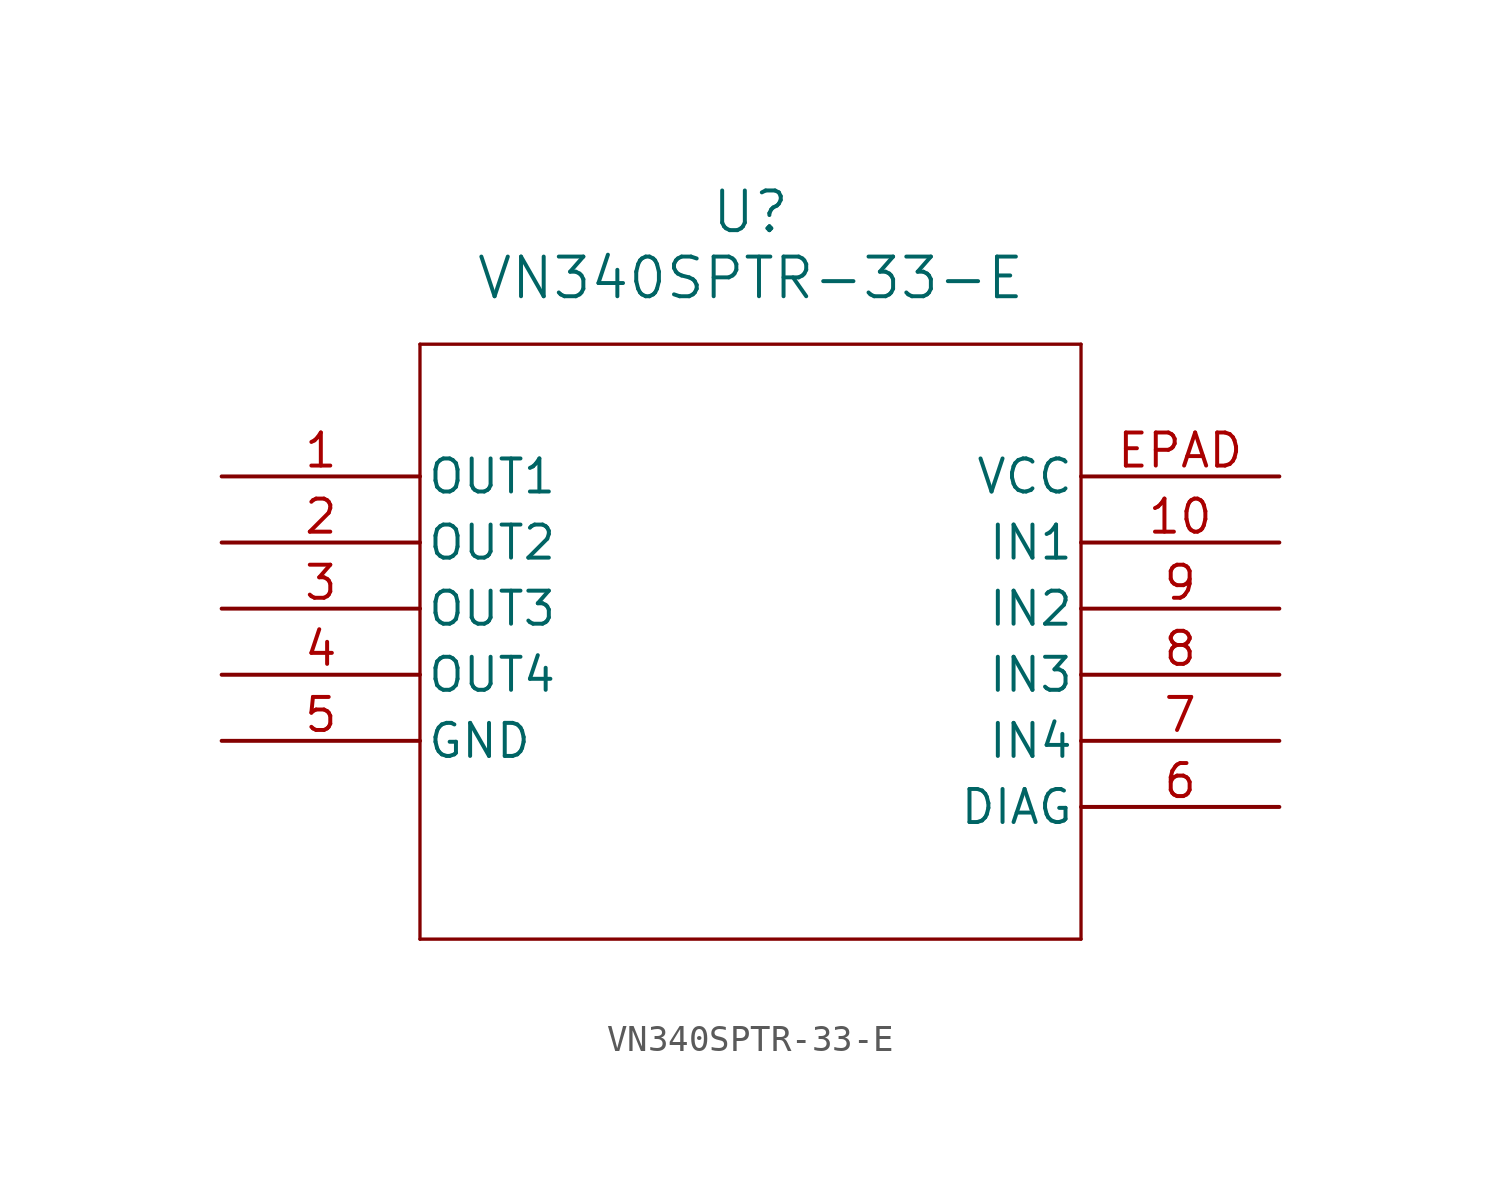
<source format=kicad_sym>
(kicad_symbol_lib
  (version 20211014)
  (generator kicad_symbol_editor)
  (symbol "VN340SPTR-33-E"
    (pin_names
      (offset 0.254))
    (property "Reference" "U"
      (at 20.32 10.16 0)
      (effects (font (size 1.524 1.524))))
    (property "Value" "VN340SPTR-33-E"
      (at 20.32 7.62 0)
      (effects (font (size 1.524 1.524))))
    (symbol "VN340SPTR-33-E_0_1"
      (polyline (pts (xy 7.62 5.08) (xy 7.62 -17.78)) (stroke (width 0.127) (type default) (color 0 0 0 0)) (fill (type none)))
      (polyline (pts (xy 7.62 -17.78) (xy 33.02 -17.78)) (stroke (width 0.127) (type default) (color 0 0 0 0)) (fill (type none)))
      (polyline (pts (xy 33.02 -17.78) (xy 33.02 5.08)) (stroke (width 0.127) (type default) (color 0 0 0 0)) (fill (type none)))
      (polyline (pts (xy 33.02 5.08) (xy 7.62 5.08)) (stroke (width 0.127) (type default) (color 0 0 0 0)) (fill (type none)))
      (pin output line (at 0 0 0) (length 7.62) (name "OUT1" (effects (font (size 1.27 1.27)))) (number "1" (effects (font (size 1.27 1.27)))))
      (pin output line (at 0 -2.54 0) (length 7.62) (name "OUT2" (effects (font (size 1.27 1.27)))) (number "2" (effects (font (size 1.27 1.27)))))
      (pin output line (at 0 -5.08 0) (length 7.62) (name "OUT3" (effects (font (size 1.27 1.27)))) (number "3" (effects (font (size 1.27 1.27)))))
      (pin output line (at 0 -7.62 0) (length 7.62) (name "OUT4" (effects (font (size 1.27 1.27)))) (number "4" (effects (font (size 1.27 1.27)))))
      (pin power_in line (at 0 -10.16 0) (length 7.62) (name "GND" (effects (font (size 1.27 1.27)))) (number "5" (effects (font (size 1.27 1.27)))))
      (pin input line (at 40.64 -12.7 180) (length 7.62) (name "DIAG" (effects (font (size 1.27 1.27)))) (number "6" (effects (font (size 1.27 1.27)))))
      (pin input line (at 40.64 -10.16 180) (length 7.62) (name "IN4" (effects (font (size 1.27 1.27)))) (number "7" (effects (font (size 1.27 1.27)))))
      (pin input line (at 40.64 -7.62 180) (length 7.62) (name "IN3" (effects (font (size 1.27 1.27)))) (number "8" (effects (font (size 1.27 1.27)))))
      (pin input line (at 40.64 -5.08 180) (length 7.62) (name "IN2" (effects (font (size 1.27 1.27)))) (number "9" (effects (font (size 1.27 1.27)))))
      (pin input line (at 40.64 -2.54 180) (length 7.62) (name "IN1" (effects (font (size 1.27 1.27)))) (number "10" (effects (font (size 1.27 1.27)))))
      (pin power_in line (at 40.64 0 180) (length 7.62) (name "VCC" (effects (font (size 1.27 1.27)))) (number "EPAD" (effects (font (size 1.27 1.27))))))))
</source>
